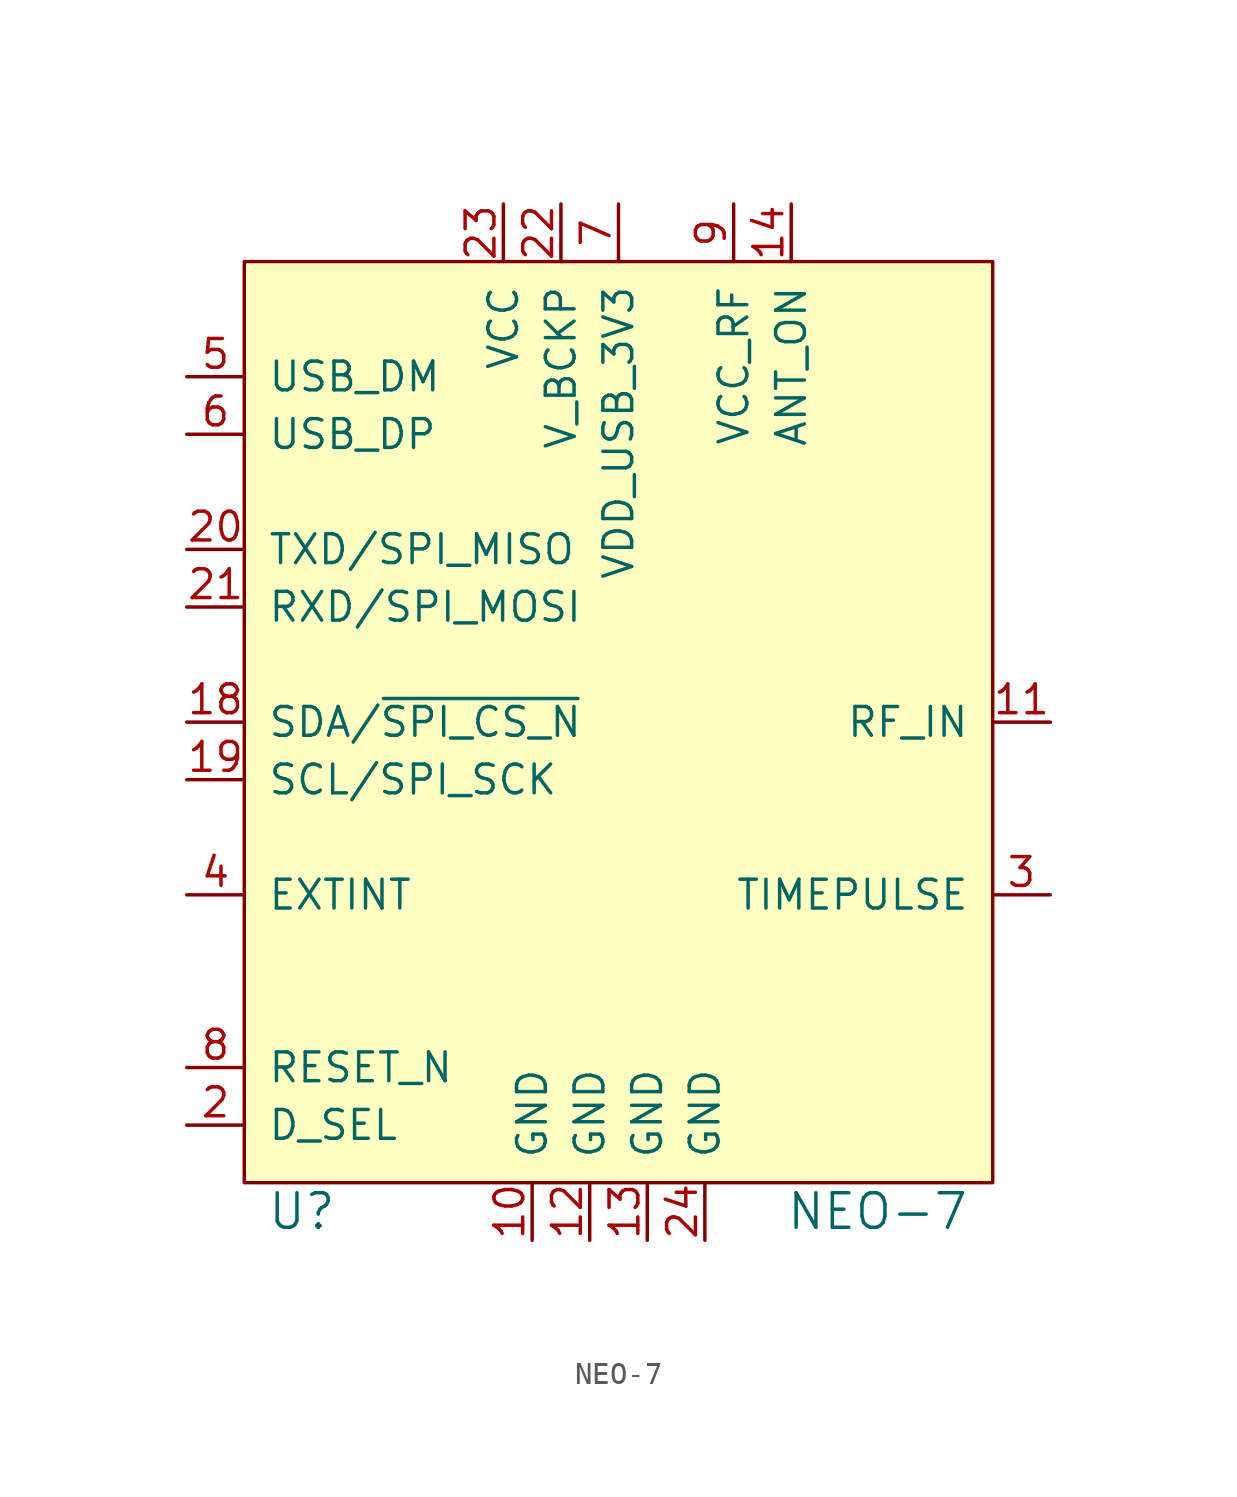
<source format=kicad_sym>
(kicad_symbol_lib
  (version 20241209)
  (generator "kicad_symbol_editor")
  (generator_version "9.0")
  (symbol "NEO-7"
    (pin_names
      (offset 1.016))
    (property "Reference" "U"
      (at -13.97 -21.59 0)
      (effects (font (size 1.524 1.524))))
    (property "Value" "NEO-7"
      (at 11.43 -21.59 0)
      (effects (font (size 1.524 1.524))))
    (property "Footprint" ""
      (at 0 -8.89 0)
      (effects (font (size 1.524 1.524))))
    (property "Datasheet" ""
      (at 0 -8.89 0)
      (effects (font (size 1.524 1.524))))
    (symbol "NEO-7_0_1"
      (rectangle (start -16.51 20.32) (end 16.51 -20.32) (stroke (width 0) (type solid)) (fill (type background))))
    (symbol "NEO-7_1_1"
      (pin bidirectional line (at -19.05 15.24 0) (length 2.54) (name "USB_DM" (effects (font (size 1.27 1.27)))) (number "5" (effects (font (size 1.27 1.27)))))
      (pin bidirectional line (at -19.05 12.7 0) (length 2.54) (name "USB_DP" (effects (font (size 1.27 1.27)))) (number "6" (effects (font (size 1.27 1.27)))))
      (pin output line (at -19.05 7.62 0) (length 2.54) (name "TXD/SPI_MISO" (effects (font (size 1.27 1.27)))) (number "20" (effects (font (size 1.27 1.27)))))
      (pin input line (at -19.05 5.08 0) (length 2.54) (name "RXD/SPI_MOSI" (effects (font (size 1.27 1.27)))) (number "21" (effects (font (size 1.27 1.27)))))
      (pin bidirectional line (at -19.05 0 0) (length 2.54) (name "SDA/~{SPI_CS_N}" (effects (font (size 1.27 1.27)))) (number "18" (effects (font (size 1.27 1.27)))))
      (pin bidirectional line (at -19.05 -2.54 0) (length 2.54) (name "SCL/SPI_SCK" (effects (font (size 1.27 1.27)))) (number "19" (effects (font (size 1.27 1.27)))))
      (pin input line (at -19.05 -7.62 0) (length 2.54) (name "EXTINT" (effects (font (size 1.27 1.27)))) (number "4" (effects (font (size 1.27 1.27)))))
      (pin no_connect line (at -19.05 -12.7 0) (length 2.54) (hide yes) (name "Reserved" (effects (font (size 1.27 1.27)))) (number "1" (effects (font (size 1.27 1.27)))))
      (pin input line (at -19.05 -15.24 0) (length 2.54) (name "RESET_N" (effects (font (size 1.27 1.27)))) (number "8" (effects (font (size 1.27 1.27)))))
      (pin input line (at -19.05 -17.78 0) (length 2.54) (name "D_SEL" (effects (font (size 1.27 1.27)))) (number "2" (effects (font (size 1.27 1.27)))))
      (pin power_in line (at -5.08 22.86 270) (length 2.54) (name "VCC" (effects (font (size 1.27 1.27)))) (number "23" (effects (font (size 1.27 1.27)))))
      (pin power_in line (at -3.81 -22.86 90) (length 2.54) (name "GND" (effects (font (size 1.27 1.27)))) (number "10" (effects (font (size 1.27 1.27)))))
      (pin power_in line (at -2.54 22.86 270) (length 2.54) (name "V_BCKP" (effects (font (size 1.27 1.27)))) (number "22" (effects (font (size 1.27 1.27)))))
      (pin power_in line (at -1.27 -22.86 90) (length 2.54) (name "GND" (effects (font (size 1.27 1.27)))) (number "12" (effects (font (size 1.27 1.27)))))
      (pin power_in line (at 0 22.86 270) (length 2.54) (name "VDD_USB_3V3" (effects (font (size 1.27 1.27)))) (number "7" (effects (font (size 1.27 1.27)))))
      (pin power_in line (at 1.27 -22.86 90) (length 2.54) (name "GND" (effects (font (size 1.27 1.27)))) (number "13" (effects (font (size 1.27 1.27)))))
      (pin power_in line (at 3.81 -22.86 90) (length 2.54) (name "GND" (effects (font (size 1.27 1.27)))) (number "24" (effects (font (size 1.27 1.27)))))
      (pin power_out line (at 5.08 22.86 270) (length 2.54) (name "VCC_RF" (effects (font (size 1.27 1.27)))) (number "9" (effects (font (size 1.27 1.27)))))
      (pin output line (at 7.62 22.86 270) (length 2.54) (name "ANT_ON" (effects (font (size 1.27 1.27)))) (number "14" (effects (font (size 1.27 1.27)))))
      (pin no_connect line (at 19.05 10.16 180) (length 2.54) (hide yes) (name "Reserved" (effects (font (size 1.27 1.27)))) (number "15" (effects (font (size 1.27 1.27)))))
      (pin no_connect line (at 19.05 7.62 180) (length 2.54) (hide yes) (name "Reserved" (effects (font (size 1.27 1.27)))) (number "16" (effects (font (size 1.27 1.27)))))
      (pin no_connect line (at 19.05 5.08 180) (length 2.54) (hide yes) (name "Reserved" (effects (font (size 1.27 1.27)))) (number "17" (effects (font (size 1.27 1.27)))))
      (pin input line (at 19.05 0 180) (length 2.54) (name "RF_IN" (effects (font (size 1.27 1.27)))) (number "11" (effects (font (size 1.27 1.27)))))
      (pin output line (at 19.05 -7.62 180) (length 2.54) (name "TIMEPULSE" (effects (font (size 1.27 1.27)))) (number "3" (effects (font (size 1.27 1.27))))))))
</source>
